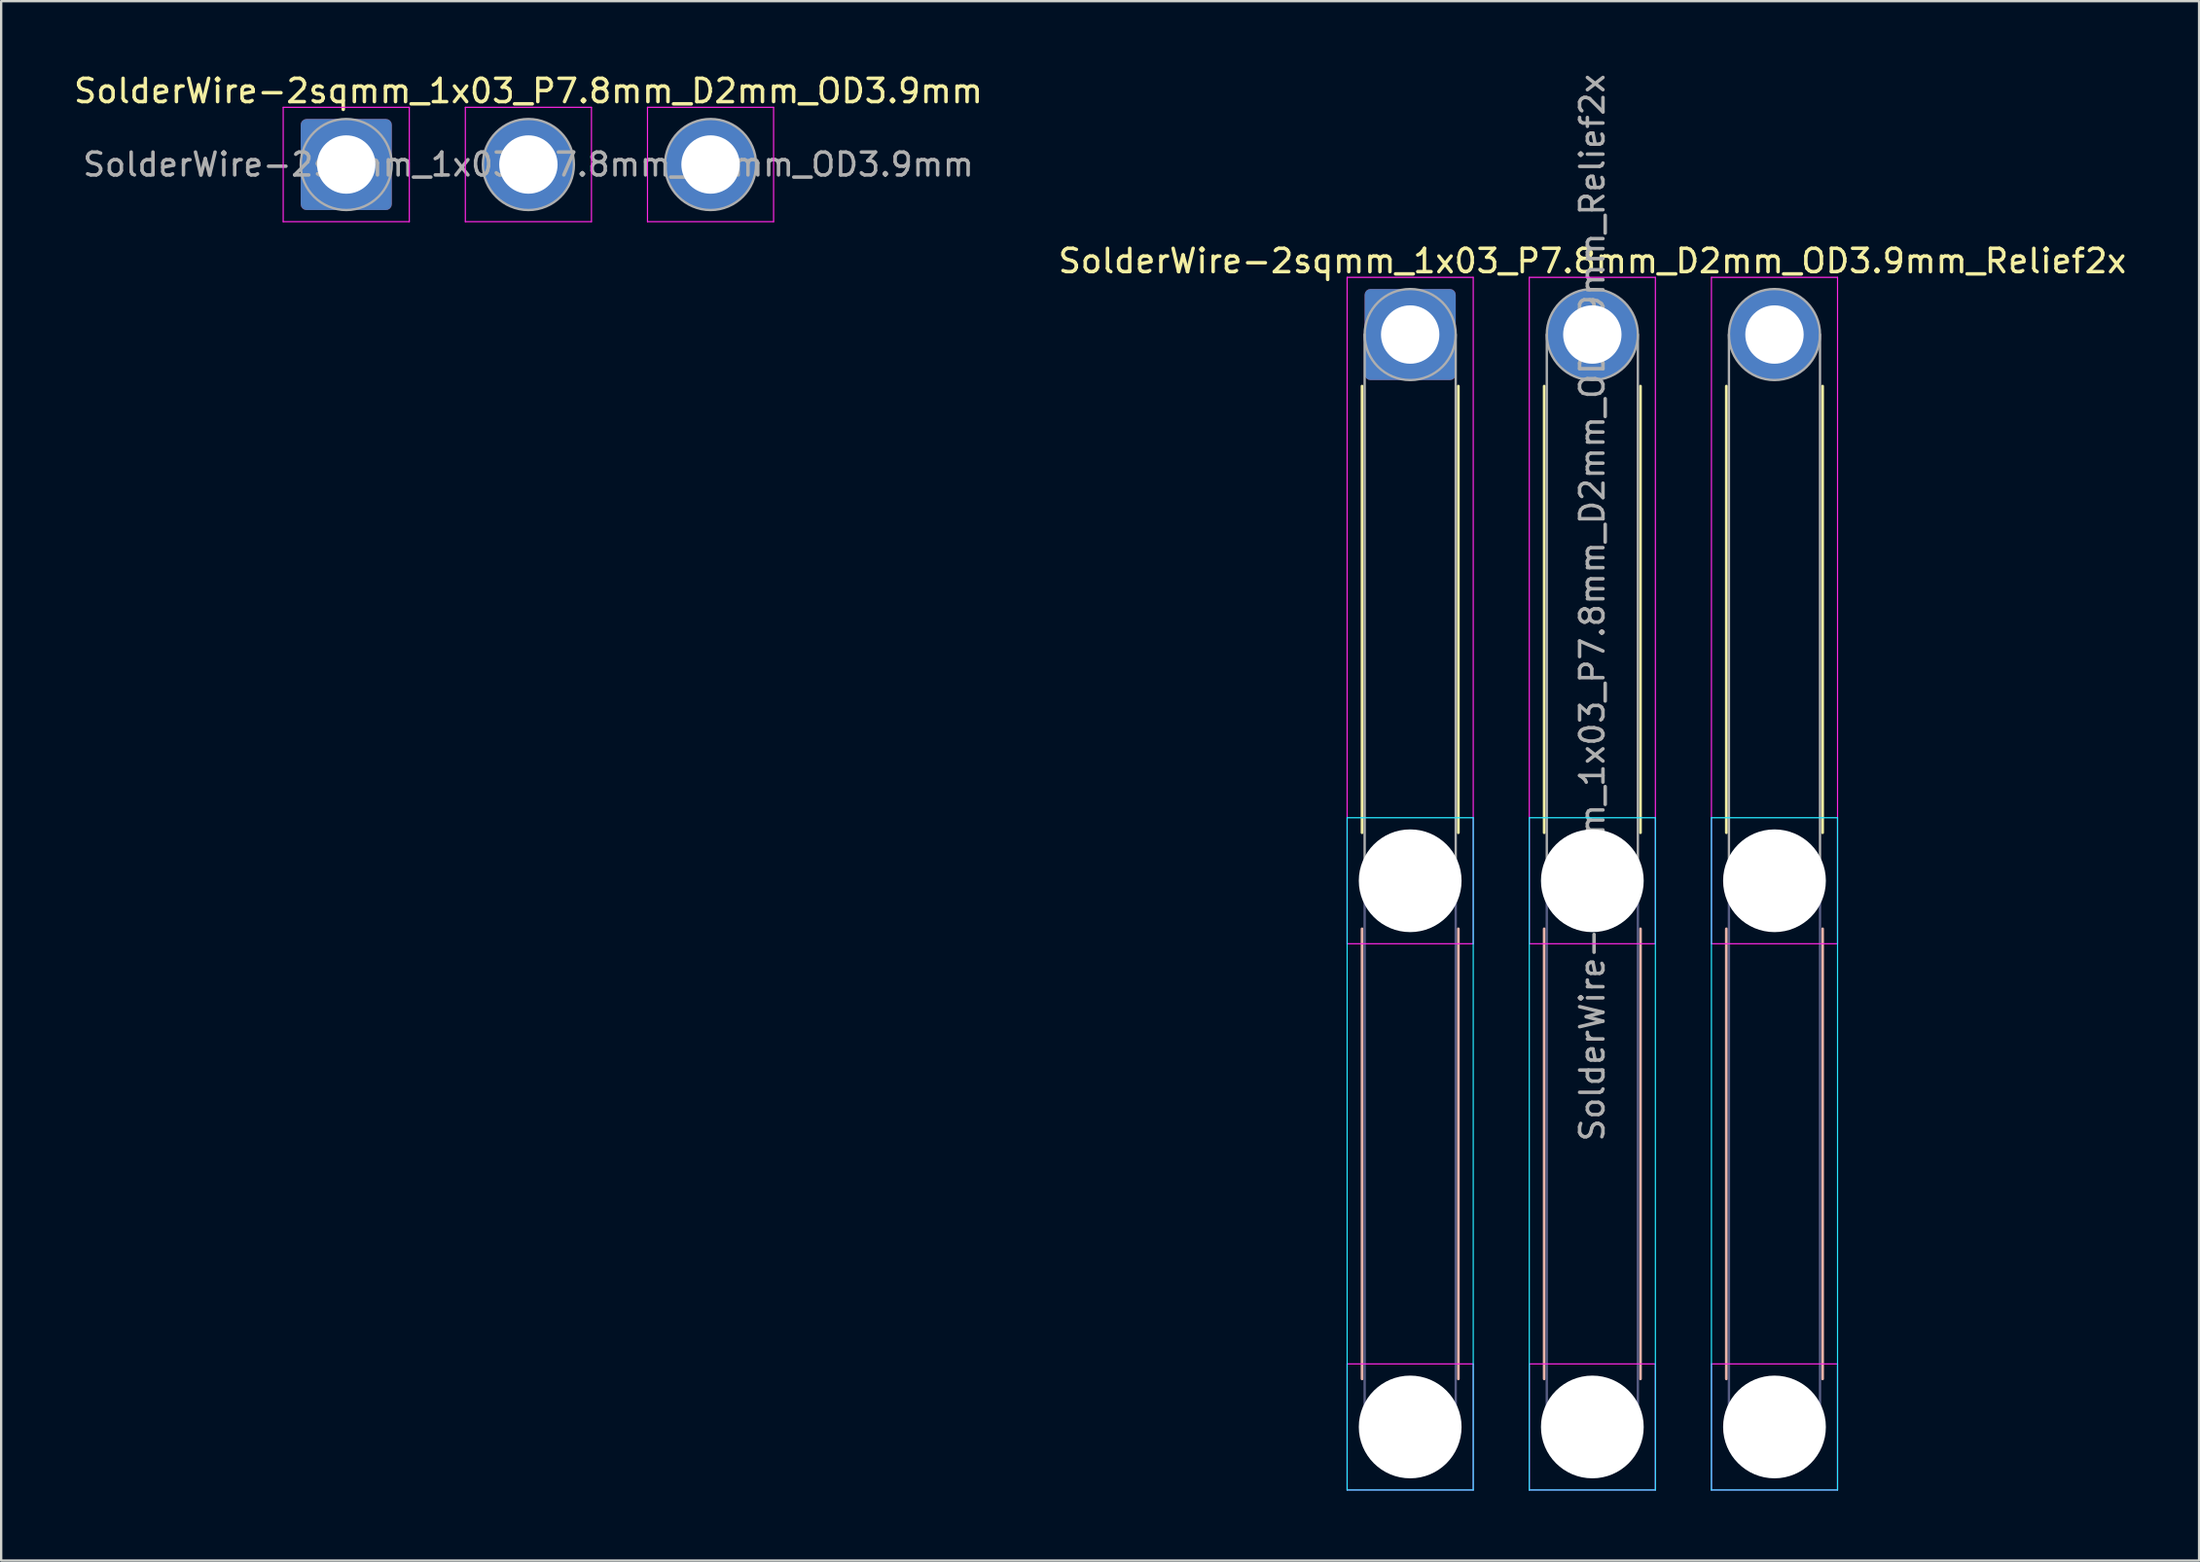
<source format=kicad_pcb>
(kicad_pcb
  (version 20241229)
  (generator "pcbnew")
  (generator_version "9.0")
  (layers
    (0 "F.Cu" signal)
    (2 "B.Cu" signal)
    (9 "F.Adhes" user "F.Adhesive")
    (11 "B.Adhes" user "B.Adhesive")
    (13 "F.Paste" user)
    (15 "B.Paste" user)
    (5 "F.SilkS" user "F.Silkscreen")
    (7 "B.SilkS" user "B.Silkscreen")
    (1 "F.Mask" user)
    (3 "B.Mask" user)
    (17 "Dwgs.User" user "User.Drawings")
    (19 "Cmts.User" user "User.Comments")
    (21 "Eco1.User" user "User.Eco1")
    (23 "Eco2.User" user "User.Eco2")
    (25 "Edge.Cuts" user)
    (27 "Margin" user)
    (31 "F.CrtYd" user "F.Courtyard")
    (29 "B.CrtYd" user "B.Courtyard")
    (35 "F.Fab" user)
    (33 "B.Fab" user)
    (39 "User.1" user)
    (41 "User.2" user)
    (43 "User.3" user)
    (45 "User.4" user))
  (footprint "SolderWire-2sqmm_1x03_P7.8mm_D2mm_OD3.9mm"
    (layer "F.Cu")
    (at 11.777 3.998)
    (property "Reference" "SolderWire-2sqmm_1x03_P7.8mm_D2mm_OD3.9mm" (at 7.8 -3.15 0) (layer "F.SilkS") (effects (font (size 1 1) (thickness 0.15))))
    (attr exclude_from_pos_files exclude_from_bom)
    (fp_line (start -2.7 -2.45) (end -2.7 2.45) (stroke (width 0.05) (type solid)) (layer "F.CrtYd"))
    (fp_line (start -2.7 2.45) (end 2.7 2.45) (stroke (width 0.05) (type solid)) (layer "F.CrtYd"))
    (fp_line (start 2.7 -2.45) (end -2.7 -2.45) (stroke (width 0.05) (type solid)) (layer "F.CrtYd"))
    (fp_line (start 2.7 2.45) (end 2.7 -2.45) (stroke (width 0.05) (type solid)) (layer "F.CrtYd"))
    (fp_line (start 5.1 -2.45) (end 5.1 2.45) (stroke (width 0.05) (type solid)) (layer "F.CrtYd"))
    (fp_line (start 5.1 2.45) (end 10.5 2.45) (stroke (width 0.05) (type solid)) (layer "F.CrtYd"))
    (fp_line (start 10.5 -2.45) (end 5.1 -2.45) (stroke (width 0.05) (type solid)) (layer "F.CrtYd"))
    (fp_line (start 10.5 2.45) (end 10.5 -2.45) (stroke (width 0.05) (type solid)) (layer "F.CrtYd"))
    (fp_line (start 12.9 -2.45) (end 12.9 2.45) (stroke (width 0.05) (type solid)) (layer "F.CrtYd"))
    (fp_line (start 12.9 2.45) (end 18.3 2.45) (stroke (width 0.05) (type solid)) (layer "F.CrtYd"))
    (fp_line (start 18.3 -2.45) (end 12.9 -2.45) (stroke (width 0.05) (type solid)) (layer "F.CrtYd"))
    (fp_line (start 18.3 2.45) (end 18.3 -2.45) (stroke (width 0.05) (type solid)) (layer "F.CrtYd"))
    (fp_circle (center 0 0) (end 1.95 0) (stroke (width 0.1) (type solid)) (fill no) (layer "F.Fab"))
    (fp_circle (center 7.8 0) (end 9.75 0) (stroke (width 0.1) (type solid)) (fill no) (layer "F.Fab"))
    (fp_circle (center 15.6 0) (end 17.55 0) (stroke (width 0.1) (type solid)) (fill no) (layer "F.Fab"))
    (fp_text user "${REFERENCE}" (at 7.8 0 0) (layer "F.Fab") (effects (font (size 0.98 0.98) (thickness 0.15))))
    (pad "1" thru_hole roundrect (at 0 0) (size 3.9 3.9) (drill 2.5) (layers "*.Cu" "*.Mask") (roundrect_rratio 0.064))
    (pad "2" thru_hole circle (at 7.8 0) (size 3.9 3.9) (drill 2.5) (layers "*.Cu" "*.Mask"))
    (pad "3" thru_hole circle (at 15.6 0) (size 3.9 3.9) (drill 2.5) (layers "*.Cu" "*.Mask")))
  (footprint "SolderWire-2sqmm_1x03_P7.8mm_D2mm_OD3.9mm_Relief2x"
    (layer "F.Cu")
    (at 57.337 11.282)
    (property "Reference" "SolderWire-2sqmm_1x03_P7.8mm_D2mm_OD3.9mm_Relief2x" (at 7.8 -3.15 0) (layer "F.SilkS") (effects (font (size 1 1) (thickness 0.15))))
    (attr exclude_from_pos_files exclude_from_bom)
    (fp_line (start -2.06 2.21) (end -2.06 21.34) (stroke (width 0.12) (type solid)) (layer "F.SilkS"))
    (fp_line (start 2.06 2.21) (end 2.06 21.34) (stroke (width 0.12) (type solid)) (layer "F.SilkS"))
    (fp_line (start 5.74 2.21) (end 5.74 21.34) (stroke (width 0.12) (type solid)) (layer "F.SilkS"))
    (fp_line (start 9.86 2.21) (end 9.86 21.34) (stroke (width 0.12) (type solid)) (layer "F.SilkS"))
    (fp_line (start 13.54 2.21) (end 13.54 21.34) (stroke (width 0.12) (type solid)) (layer "F.SilkS"))
    (fp_line (start 17.66 2.21) (end 17.66 21.34) (stroke (width 0.12) (type solid)) (layer "F.SilkS"))
    (fp_line (start -2.06 25.46) (end -2.06 44.74) (stroke (width 0.12) (type solid)) (layer "B.SilkS"))
    (fp_line (start 2.06 25.46) (end 2.06 44.74) (stroke (width 0.12) (type solid)) (layer "B.SilkS"))
    (fp_line (start 5.74 25.46) (end 5.74 44.74) (stroke (width 0.12) (type solid)) (layer "B.SilkS"))
    (fp_line (start 9.86 25.46) (end 9.86 44.74) (stroke (width 0.12) (type solid)) (layer "B.SilkS"))
    (fp_line (start 13.54 25.46) (end 13.54 44.74) (stroke (width 0.12) (type solid)) (layer "B.SilkS"))
    (fp_line (start 17.66 25.46) (end 17.66 44.74) (stroke (width 0.12) (type solid)) (layer "B.SilkS"))
    (fp_line (start -2.7 20.7) (end -2.7 49.5) (stroke (width 0.05) (type solid)) (layer "B.CrtYd"))
    (fp_line (start -2.7 49.5) (end 2.7 49.5) (stroke (width 0.05) (type solid)) (layer "B.CrtYd"))
    (fp_line (start 2.7 20.7) (end -2.7 20.7) (stroke (width 0.05) (type solid)) (layer "B.CrtYd"))
    (fp_line (start 2.7 49.5) (end 2.7 20.7) (stroke (width 0.05) (type solid)) (layer "B.CrtYd"))
    (fp_line (start 5.1 20.7) (end 5.1 49.5) (stroke (width 0.05) (type solid)) (layer "B.CrtYd"))
    (fp_line (start 5.1 49.5) (end 10.5 49.5) (stroke (width 0.05) (type solid)) (layer "B.CrtYd"))
    (fp_line (start 10.5 20.7) (end 5.1 20.7) (stroke (width 0.05) (type solid)) (layer "B.CrtYd"))
    (fp_line (start 10.5 49.5) (end 10.5 20.7) (stroke (width 0.05) (type solid)) (layer "B.CrtYd"))
    (fp_line (start 12.9 20.7) (end 12.9 49.5) (stroke (width 0.05) (type solid)) (layer "B.CrtYd"))
    (fp_line (start 12.9 49.5) (end 18.3 49.5) (stroke (width 0.05) (type solid)) (layer "B.CrtYd"))
    (fp_line (start 18.3 20.7) (end 12.9 20.7) (stroke (width 0.05) (type solid)) (layer "B.CrtYd"))
    (fp_line (start 18.3 49.5) (end 18.3 20.7) (stroke (width 0.05) (type solid)) (layer "B.CrtYd"))
    (fp_line (start -2.7 -2.45) (end -2.7 26.1) (stroke (width 0.05) (type solid)) (layer "F.CrtYd"))
    (fp_line (start -2.7 26.1) (end 2.7 26.1) (stroke (width 0.05) (type solid)) (layer "F.CrtYd"))
    (fp_line (start -2.7 44.1) (end -2.7 49.5) (stroke (width 0.05) (type solid)) (layer "F.CrtYd"))
    (fp_line (start -2.7 49.5) (end 2.7 49.5) (stroke (width 0.05) (type solid)) (layer "F.CrtYd"))
    (fp_line (start 2.7 -2.45) (end -2.7 -2.45) (stroke (width 0.05) (type solid)) (layer "F.CrtYd"))
    (fp_line (start 2.7 26.1) (end 2.7 -2.45) (stroke (width 0.05) (type solid)) (layer "F.CrtYd"))
    (fp_line (start 2.7 44.1) (end -2.7 44.1) (stroke (width 0.05) (type solid)) (layer "F.CrtYd"))
    (fp_line (start 2.7 49.5) (end 2.7 44.1) (stroke (width 0.05) (type solid)) (layer "F.CrtYd"))
    (fp_line (start 5.1 -2.45) (end 5.1 26.1) (stroke (width 0.05) (type solid)) (layer "F.CrtYd"))
    (fp_line (start 5.1 26.1) (end 10.5 26.1) (stroke (width 0.05) (type solid)) (layer "F.CrtYd"))
    (fp_line (start 5.1 44.1) (end 5.1 49.5) (stroke (width 0.05) (type solid)) (layer "F.CrtYd"))
    (fp_line (start 5.1 49.5) (end 10.5 49.5) (stroke (width 0.05) (type solid)) (layer "F.CrtYd"))
    (fp_line (start 10.5 -2.45) (end 5.1 -2.45) (stroke (width 0.05) (type solid)) (layer "F.CrtYd"))
    (fp_line (start 10.5 26.1) (end 10.5 -2.45) (stroke (width 0.05) (type solid)) (layer "F.CrtYd"))
    (fp_line (start 10.5 44.1) (end 5.1 44.1) (stroke (width 0.05) (type solid)) (layer "F.CrtYd"))
    (fp_line (start 10.5 49.5) (end 10.5 44.1) (stroke (width 0.05) (type solid)) (layer "F.CrtYd"))
    (fp_line (start 12.9 -2.45) (end 12.9 26.1) (stroke (width 0.05) (type solid)) (layer "F.CrtYd"))
    (fp_line (start 12.9 26.1) (end 18.3 26.1) (stroke (width 0.05) (type solid)) (layer "F.CrtYd"))
    (fp_line (start 12.9 44.1) (end 12.9 49.5) (stroke (width 0.05) (type solid)) (layer "F.CrtYd"))
    (fp_line (start 12.9 49.5) (end 18.3 49.5) (stroke (width 0.05) (type solid)) (layer "F.CrtYd"))
    (fp_line (start 18.3 -2.45) (end 12.9 -2.45) (stroke (width 0.05) (type solid)) (layer "F.CrtYd"))
    (fp_line (start 18.3 26.1) (end 18.3 -2.45) (stroke (width 0.05) (type solid)) (layer "F.CrtYd"))
    (fp_line (start 18.3 44.1) (end 12.9 44.1) (stroke (width 0.05) (type solid)) (layer "F.CrtYd"))
    (fp_line (start 18.3 49.5) (end 18.3 44.1) (stroke (width 0.05) (type solid)) (layer "F.CrtYd"))
    (fp_line (start -1.95 23.4) (end -1.95 46.8) (stroke (width 0.1) (type solid)) (layer "B.Fab"))
    (fp_line (start 1.95 23.4) (end 1.95 46.8) (stroke (width 0.1) (type solid)) (layer "B.Fab"))
    (fp_line (start 5.85 23.4) (end 5.85 46.8) (stroke (width 0.1) (type solid)) (layer "B.Fab"))
    (fp_line (start 9.75 23.4) (end 9.75 46.8) (stroke (width 0.1) (type solid)) (layer "B.Fab"))
    (fp_line (start 13.65 23.4) (end 13.65 46.8) (stroke (width 0.1) (type solid)) (layer "B.Fab"))
    (fp_line (start 17.55 23.4) (end 17.55 46.8) (stroke (width 0.1) (type solid)) (layer "B.Fab"))
    (fp_circle (center 0 23.4) (end 1.95 23.4) (stroke (width 0.1) (type solid)) (fill no) (layer "B.Fab"))
    (fp_circle (center 0 46.8) (end 1.95 46.8) (stroke (width 0.1) (type solid)) (fill no) (layer "B.Fab"))
    (fp_circle (center 7.8 23.4) (end 9.75 23.4) (stroke (width 0.1) (type solid)) (fill no) (layer "B.Fab"))
    (fp_circle (center 7.8 46.8) (end 9.75 46.8) (stroke (width 0.1) (type solid)) (fill no) (layer "B.Fab"))
    (fp_circle (center 15.6 23.4) (end 17.55 23.4) (stroke (width 0.1) (type solid)) (fill no) (layer "B.Fab"))
    (fp_circle (center 15.6 46.8) (end 17.55 46.8) (stroke (width 0.1) (type solid)) (fill no) (layer "B.Fab"))
    (fp_line (start -1.95 0) (end -1.95 23.4) (stroke (width 0.1) (type solid)) (layer "F.Fab"))
    (fp_line (start 1.95 0) (end 1.95 23.4) (stroke (width 0.1) (type solid)) (layer "F.Fab"))
    (fp_line (start 5.85 0) (end 5.85 23.4) (stroke (width 0.1) (type solid)) (layer "F.Fab"))
    (fp_line (start 9.75 0) (end 9.75 23.4) (stroke (width 0.1) (type solid)) (layer "F.Fab"))
    (fp_line (start 13.65 0) (end 13.65 23.4) (stroke (width 0.1) (type solid)) (layer "F.Fab"))
    (fp_line (start 17.55 0) (end 17.55 23.4) (stroke (width 0.1) (type solid)) (layer "F.Fab"))
    (fp_circle (center 0 0) (end 1.95 0) (stroke (width 0.1) (type solid)) (fill no) (layer "F.Fab"))
    (fp_circle (center 0 23.4) (end 1.95 23.4) (stroke (width 0.1) (type solid)) (fill no) (layer "F.Fab"))
    (fp_circle (center 0 46.8) (end 1.95 46.8) (stroke (width 0.1) (type solid)) (fill no) (layer "F.Fab"))
    (fp_circle (center 7.8 0) (end 9.75 0) (stroke (width 0.1) (type solid)) (fill no) (layer "F.Fab"))
    (fp_circle (center 7.8 23.4) (end 9.75 23.4) (stroke (width 0.1) (type solid)) (fill no) (layer "F.Fab"))
    (fp_circle (center 7.8 46.8) (end 9.75 46.8) (stroke (width 0.1) (type solid)) (fill no) (layer "F.Fab"))
    (fp_circle (center 15.6 0) (end 17.55 0) (stroke (width 0.1) (type solid)) (fill no) (layer "F.Fab"))
    (fp_circle (center 15.6 23.4) (end 17.55 23.4) (stroke (width 0.1) (type solid)) (fill no) (layer "F.Fab"))
    (fp_circle (center 15.6 46.8) (end 17.55 46.8) (stroke (width 0.1) (type solid)) (fill no) (layer "F.Fab"))
    (fp_text user "${REFERENCE}" (at 7.8 11.7 90) (layer "F.Fab") (effects (font (size 1 1) (thickness 0.15))))
    (pad "" np_thru_hole circle (at 0 23.4) (size 4.4 4.4) (drill 4.4) (layers "*.Cu" "*.Mask"))
    (pad "" np_thru_hole circle (at 0 46.8) (size 4.4 4.4) (drill 4.4) (layers "*.Cu" "*.Mask"))
    (pad "" np_thru_hole circle (at 7.8 23.4) (size 4.4 4.4) (drill 4.4) (layers "*.Cu" "*.Mask"))
    (pad "" np_thru_hole circle (at 7.8 46.8) (size 4.4 4.4) (drill 4.4) (layers "*.Cu" "*.Mask"))
    (pad "" np_thru_hole circle (at 15.6 23.4) (size 4.4 4.4) (drill 4.4) (layers "*.Cu" "*.Mask"))
    (pad "" np_thru_hole circle (at 15.6 46.8) (size 4.4 4.4) (drill 4.4) (layers "*.Cu" "*.Mask"))
    (pad "1" thru_hole roundrect (at 0 0) (size 3.9 3.9) (drill 2.5) (layers "*.Cu" "*.Mask") (roundrect_rratio 0.064))
    (pad "2" thru_hole circle (at 7.8 0) (size 3.9 3.9) (drill 2.5) (layers "*.Cu" "*.Mask"))
    (pad "3" thru_hole circle (at 15.6 0) (size 3.9 3.9) (drill 2.5) (layers "*.Cu" "*.Mask")))
  (gr_rect
    (start -3 -3)
    (end 91.119 63.807)
    (stroke (width 0.1) (type default))
    (fill no)
    (layer "Edge.Cuts")))
</source>
